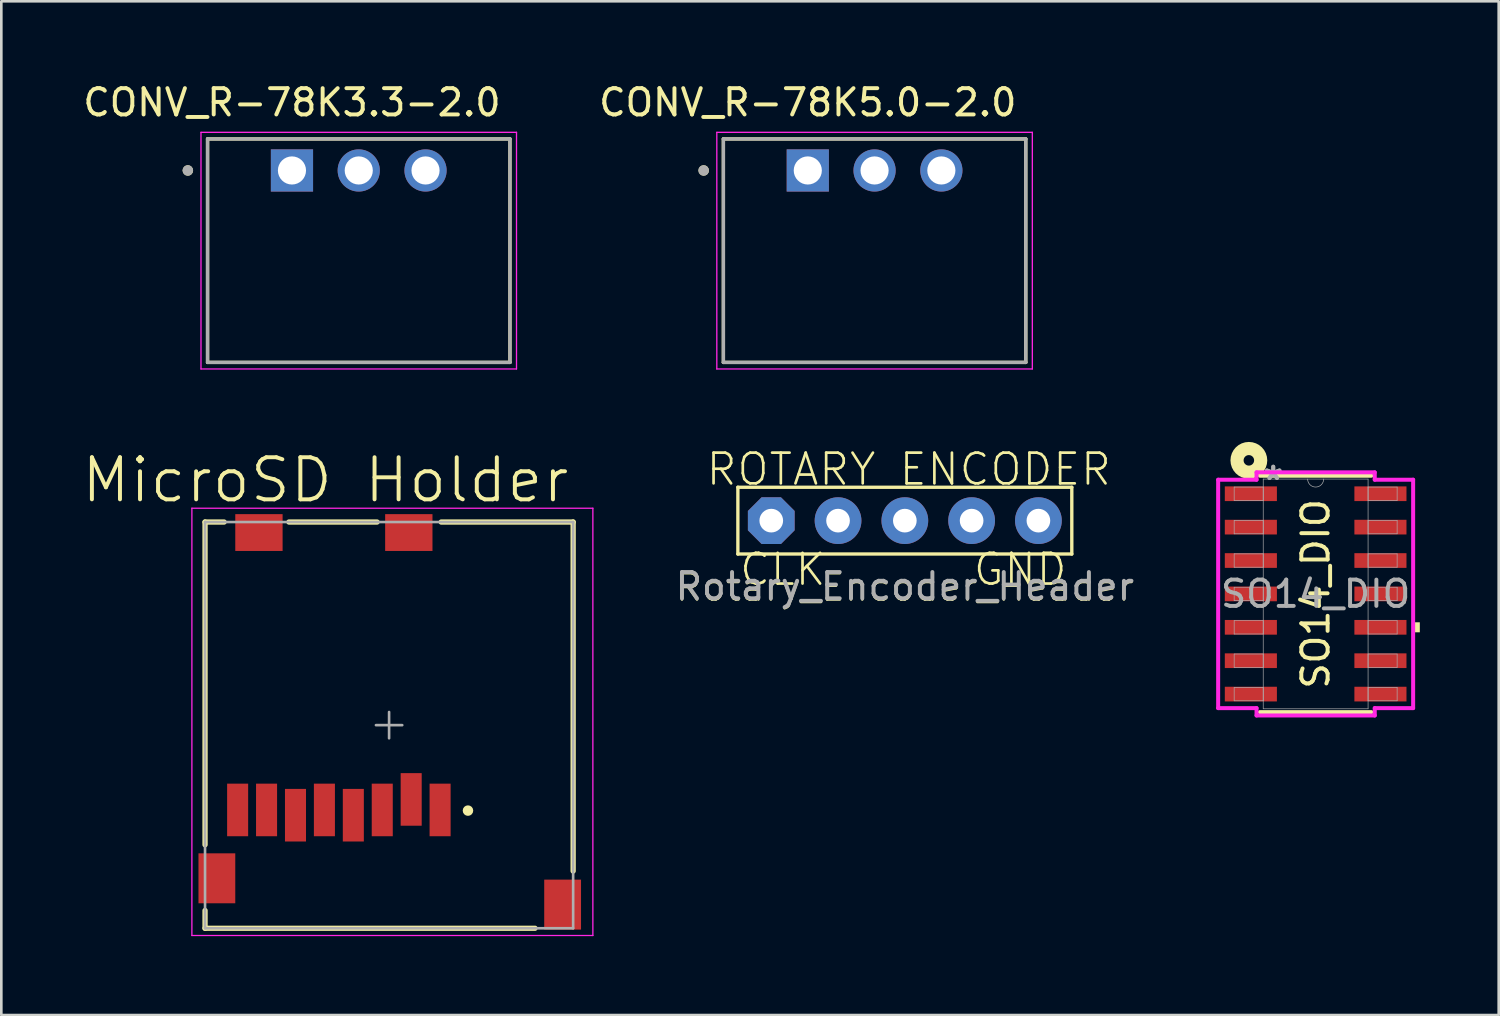
<source format=kicad_pcb>
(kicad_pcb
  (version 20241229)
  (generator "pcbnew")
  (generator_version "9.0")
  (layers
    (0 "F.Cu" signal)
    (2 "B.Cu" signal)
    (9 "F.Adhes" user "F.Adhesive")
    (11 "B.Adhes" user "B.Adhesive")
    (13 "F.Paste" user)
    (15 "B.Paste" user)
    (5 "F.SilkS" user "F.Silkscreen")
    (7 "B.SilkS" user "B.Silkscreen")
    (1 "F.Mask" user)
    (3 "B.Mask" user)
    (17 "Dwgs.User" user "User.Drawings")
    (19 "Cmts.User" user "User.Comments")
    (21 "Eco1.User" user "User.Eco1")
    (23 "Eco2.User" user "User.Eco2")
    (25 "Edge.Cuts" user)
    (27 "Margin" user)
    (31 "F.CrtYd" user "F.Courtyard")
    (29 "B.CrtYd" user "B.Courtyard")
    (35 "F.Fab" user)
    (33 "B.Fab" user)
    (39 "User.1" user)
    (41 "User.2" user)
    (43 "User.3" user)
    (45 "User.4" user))
  (footprint "CONV_R-78K3.3-2.0"
    (layer "F.Cu")
    (at 10.594 6.483)
    (property "Reference" "CONV_R-78K3.3-2.0" (at -2.54 -5.635 0) (layer "F.SilkS") (effects (font (size 1 1) (thickness 0.15))))
    (attr through_hole)
    (fp_line (start -5.75 -4.25) (end 5.75 -4.25) (stroke (width 0.127) (type solid)) (layer "F.SilkS"))
    (fp_line (start -5.75 4.25) (end -5.75 -4.25) (stroke (width 0.127) (type solid)) (layer "F.SilkS"))
    (fp_line (start 5.75 -4.25) (end 5.75 4.25) (stroke (width 0.127) (type solid)) (layer "F.SilkS"))
    (fp_line (start 5.75 4.25) (end -5.75 4.25) (stroke (width 0.127) (type solid)) (layer "F.SilkS"))
    (fp_circle (center -6.5 -3.05) (end -6.4 -3.05) (stroke (width 0.2) (type solid)) (fill no) (layer "F.SilkS"))
    (fp_line (start -6 -4.5) (end -6 4.5) (stroke (width 0.05) (type solid)) (layer "F.CrtYd"))
    (fp_line (start -6 4.5) (end 6 4.5) (stroke (width 0.05) (type solid)) (layer "F.CrtYd"))
    (fp_line (start 6 -4.5) (end -6 -4.5) (stroke (width 0.05) (type solid)) (layer "F.CrtYd"))
    (fp_line (start 6 4.5) (end 6 -4.5) (stroke (width 0.05) (type solid)) (layer "F.CrtYd"))
    (fp_line (start -5.75 -4.25) (end 5.75 -4.25) (stroke (width 0.127) (type solid)) (layer "F.Fab"))
    (fp_line (start -5.75 4.25) (end -5.75 -4.25) (stroke (width 0.127) (type solid)) (layer "F.Fab"))
    (fp_line (start 5.75 -4.25) (end 5.75 4.25) (stroke (width 0.127) (type solid)) (layer "F.Fab"))
    (fp_line (start 5.75 4.25) (end -5.75 4.25) (stroke (width 0.127) (type solid)) (layer "F.Fab"))
    (fp_circle (center -6.5 -3.05) (end -6.4 -3.05) (stroke (width 0.2) (type solid)) (fill no) (layer "F.Fab"))
    (pad "1" thru_hole rect (at -2.54 -3.05) (size 1.605 1.605) (drill 1.07) (layers "*.Cu" "*.Mask"))
    (pad "2" thru_hole circle (at 0 -3.05) (size 1.605 1.605) (drill 1.07) (layers "*.Cu" "*.Mask"))
    (pad "3" thru_hole circle (at 2.54 -3.05) (size 1.605 1.605) (drill 1.07) (layers "*.Cu" "*.Mask")))
  (footprint "CONV_R-78K5.0-2.0"
    (layer "F.Cu")
    (at 30.212 6.483)
    (property "Reference" "CONV_R-78K5.0-2.0" (at -2.54 -5.635 0) (layer "F.SilkS") (effects (font (size 1 1) (thickness 0.15))))
    (attr through_hole)
    (fp_line (start -5.75 -4.25) (end 5.75 -4.25) (stroke (width 0.127) (type solid)) (layer "F.SilkS"))
    (fp_line (start -5.75 4.25) (end -5.75 -4.25) (stroke (width 0.127) (type solid)) (layer "F.SilkS"))
    (fp_line (start 5.75 -4.25) (end 5.75 4.25) (stroke (width 0.127) (type solid)) (layer "F.SilkS"))
    (fp_line (start 5.75 4.25) (end -5.75 4.25) (stroke (width 0.127) (type solid)) (layer "F.SilkS"))
    (fp_circle (center -6.5 -3.05) (end -6.4 -3.05) (stroke (width 0.2) (type solid)) (fill no) (layer "F.SilkS"))
    (fp_line (start -6 -4.5) (end -6 4.5) (stroke (width 0.05) (type solid)) (layer "F.CrtYd"))
    (fp_line (start -6 4.5) (end 6 4.5) (stroke (width 0.05) (type solid)) (layer "F.CrtYd"))
    (fp_line (start 6 -4.5) (end -6 -4.5) (stroke (width 0.05) (type solid)) (layer "F.CrtYd"))
    (fp_line (start 6 4.5) (end 6 -4.5) (stroke (width 0.05) (type solid)) (layer "F.CrtYd"))
    (fp_line (start -5.75 -4.25) (end 5.75 -4.25) (stroke (width 0.127) (type solid)) (layer "F.Fab"))
    (fp_line (start -5.75 4.25) (end -5.75 -4.25) (stroke (width 0.127) (type solid)) (layer "F.Fab"))
    (fp_line (start 5.75 -4.25) (end 5.75 4.25) (stroke (width 0.127) (type solid)) (layer "F.Fab"))
    (fp_line (start 5.75 4.25) (end -5.75 4.25) (stroke (width 0.127) (type solid)) (layer "F.Fab"))
    (fp_circle (center -6.5 -3.05) (end -6.4 -3.05) (stroke (width 0.2) (type solid)) (fill no) (layer "F.Fab"))
    (pad "1" thru_hole rect (at -2.54 -3.05) (size 1.605 1.605) (drill 1.07) (layers "*.Cu" "*.Mask"))
    (pad "2" thru_hole circle (at 0 -3.05) (size 1.605 1.605) (drill 1.07) (layers "*.Cu" "*.Mask"))
    (pad "3" thru_hole circle (at 2.54 -3.05) (size 1.605 1.605) (drill 1.07) (layers "*.Cu" "*.Mask")))
  (footprint "SO14_DIO"
    (layer "F.Cu")
    (at 46.987 19.538)
    (property "Reference" "SO14_DIO" (at 0 0 90) (unlocked yes) (layer "F.SilkS") (effects (font (size 1 1) (thickness 0.15))))
    (attr smd)
    (fp_line (start -2.121 4.496) (end 2.121 4.496) (stroke (width 0.152) (type solid)) (layer "F.SilkS"))
    (fp_line (start 2.121 -4.496) (end -2.121 -4.496) (stroke (width 0.152) (type solid)) (layer "F.SilkS"))
    (fp_circle (center -2.54 -5.08) (end -2.34 -5.08) (stroke (width 0.5) (type solid)) (fill no) (layer "F.SilkS"))
    (fp_poly (pts (xy 3.962 1.079) (xy 3.962 1.46) (xy 3.708 1.46) (xy 3.708 1.079)) (stroke (width 0) (type solid)) (fill yes) (layer "F.SilkS"))
    (fp_line (start -3.708 -4.343) (end -2.248 -4.343) (stroke (width 0.152) (type solid)) (layer "F.CrtYd"))
    (fp_line (start -3.708 4.343) (end -3.708 -4.343) (stroke (width 0.152) (type solid)) (layer "F.CrtYd"))
    (fp_line (start -3.708 4.343) (end -2.248 4.343) (stroke (width 0.152) (type solid)) (layer "F.CrtYd"))
    (fp_line (start -2.248 -4.623) (end 2.248 -4.623) (stroke (width 0.152) (type solid)) (layer "F.CrtYd"))
    (fp_line (start -2.248 -4.343) (end -2.248 -4.623) (stroke (width 0.152) (type solid)) (layer "F.CrtYd"))
    (fp_line (start -2.248 4.623) (end -2.248 4.343) (stroke (width 0.152) (type solid)) (layer "F.CrtYd"))
    (fp_line (start 2.248 -4.623) (end 2.248 -4.343) (stroke (width 0.152) (type solid)) (layer "F.CrtYd"))
    (fp_line (start 2.248 4.343) (end 2.248 4.623) (stroke (width 0.152) (type solid)) (layer "F.CrtYd"))
    (fp_line (start 2.248 4.623) (end -2.248 4.623) (stroke (width 0.152) (type solid)) (layer "F.CrtYd"))
    (fp_line (start 3.708 -4.343) (end 2.248 -4.343) (stroke (width 0.152) (type solid)) (layer "F.CrtYd"))
    (fp_line (start 3.708 -4.343) (end 3.708 4.343) (stroke (width 0.152) (type solid)) (layer "F.CrtYd"))
    (fp_line (start 3.708 4.343) (end 2.248 4.343) (stroke (width 0.152) (type solid)) (layer "F.CrtYd"))
    (fp_line (start -3.099 -4.064) (end -3.099 -3.556) (stroke (width 0.025) (type solid)) (layer "F.Fab"))
    (fp_line (start -3.099 -3.556) (end -1.994 -3.556) (stroke (width 0.025) (type solid)) (layer "F.Fab"))
    (fp_line (start -3.099 -2.794) (end -3.099 -2.286) (stroke (width 0.025) (type solid)) (layer "F.Fab"))
    (fp_line (start -3.099 -2.286) (end -1.994 -2.286) (stroke (width 0.025) (type solid)) (layer "F.Fab"))
    (fp_line (start -3.099 -1.524) (end -3.099 -1.016) (stroke (width 0.025) (type solid)) (layer "F.Fab"))
    (fp_line (start -3.099 -1.016) (end -1.994 -1.016) (stroke (width 0.025) (type solid)) (layer "F.Fab"))
    (fp_line (start -3.099 -0.254) (end -3.099 0.254) (stroke (width 0.025) (type solid)) (layer "F.Fab"))
    (fp_line (start -3.099 0.254) (end -1.994 0.254) (stroke (width 0.025) (type solid)) (layer "F.Fab"))
    (fp_line (start -3.099 1.016) (end -3.099 1.524) (stroke (width 0.025) (type solid)) (layer "F.Fab"))
    (fp_line (start -3.099 1.524) (end -1.994 1.524) (stroke (width 0.025) (type solid)) (layer "F.Fab"))
    (fp_line (start -3.099 2.286) (end -3.099 2.794) (stroke (width 0.025) (type solid)) (layer "F.Fab"))
    (fp_line (start -3.099 2.794) (end -1.994 2.794) (stroke (width 0.025) (type solid)) (layer "F.Fab"))
    (fp_line (start -3.099 3.556) (end -3.099 4.064) (stroke (width 0.025) (type solid)) (layer "F.Fab"))
    (fp_line (start -3.099 4.064) (end -1.994 4.064) (stroke (width 0.025) (type solid)) (layer "F.Fab"))
    (fp_line (start -1.994 -4.369) (end -1.994 4.369) (stroke (width 0.025) (type solid)) (layer "F.Fab"))
    (fp_line (start -1.994 -4.064) (end -3.099 -4.064) (stroke (width 0.025) (type solid)) (layer "F.Fab"))
    (fp_line (start -1.994 -3.556) (end -1.994 -4.064) (stroke (width 0.025) (type solid)) (layer "F.Fab"))
    (fp_line (start -1.994 -2.794) (end -3.099 -2.794) (stroke (width 0.025) (type solid)) (layer "F.Fab"))
    (fp_line (start -1.994 -2.286) (end -1.994 -2.794) (stroke (width 0.025) (type solid)) (layer "F.Fab"))
    (fp_line (start -1.994 -1.524) (end -3.099 -1.524) (stroke (width 0.025) (type solid)) (layer "F.Fab"))
    (fp_line (start -1.994 -1.016) (end -1.994 -1.524) (stroke (width 0.025) (type solid)) (layer "F.Fab"))
    (fp_line (start -1.994 -0.254) (end -3.099 -0.254) (stroke (width 0.025) (type solid)) (layer "F.Fab"))
    (fp_line (start -1.994 0.254) (end -1.994 -0.254) (stroke (width 0.025) (type solid)) (layer "F.Fab"))
    (fp_line (start -1.994 1.016) (end -3.099 1.016) (stroke (width 0.025) (type solid)) (layer "F.Fab"))
    (fp_line (start -1.994 1.524) (end -1.994 1.016) (stroke (width 0.025) (type solid)) (layer "F.Fab"))
    (fp_line (start -1.994 2.286) (end -3.099 2.286) (stroke (width 0.025) (type solid)) (layer "F.Fab"))
    (fp_line (start -1.994 2.794) (end -1.994 2.286) (stroke (width 0.025) (type solid)) (layer "F.Fab"))
    (fp_line (start -1.994 3.556) (end -3.099 3.556) (stroke (width 0.025) (type solid)) (layer "F.Fab"))
    (fp_line (start -1.994 4.064) (end -1.994 3.556) (stroke (width 0.025) (type solid)) (layer "F.Fab"))
    (fp_line (start -1.994 4.369) (end 1.994 4.369) (stroke (width 0.025) (type solid)) (layer "F.Fab"))
    (fp_line (start 1.994 -4.369) (end -1.994 -4.369) (stroke (width 0.025) (type solid)) (layer "F.Fab"))
    (fp_line (start 1.994 -4.064) (end 1.994 -3.556) (stroke (width 0.025) (type solid)) (layer "F.Fab"))
    (fp_line (start 1.994 -3.556) (end 3.099 -3.556) (stroke (width 0.025) (type solid)) (layer "F.Fab"))
    (fp_line (start 1.994 -2.794) (end 1.994 -2.286) (stroke (width 0.025) (type solid)) (layer "F.Fab"))
    (fp_line (start 1.994 -2.286) (end 3.099 -2.286) (stroke (width 0.025) (type solid)) (layer "F.Fab"))
    (fp_line (start 1.994 -1.524) (end 1.994 -1.016) (stroke (width 0.025) (type solid)) (layer "F.Fab"))
    (fp_line (start 1.994 -1.016) (end 3.099 -1.016) (stroke (width 0.025) (type solid)) (layer "F.Fab"))
    (fp_line (start 1.994 -0.254) (end 1.994 0.254) (stroke (width 0.025) (type solid)) (layer "F.Fab"))
    (fp_line (start 1.994 0.254) (end 3.099 0.254) (stroke (width 0.025) (type solid)) (layer "F.Fab"))
    (fp_line (start 1.994 1.016) (end 1.994 1.524) (stroke (width 0.025) (type solid)) (layer "F.Fab"))
    (fp_line (start 1.994 1.524) (end 3.099 1.524) (stroke (width 0.025) (type solid)) (layer "F.Fab"))
    (fp_line (start 1.994 2.286) (end 1.994 2.794) (stroke (width 0.025) (type solid)) (layer "F.Fab"))
    (fp_line (start 1.994 2.794) (end 3.099 2.794) (stroke (width 0.025) (type solid)) (layer "F.Fab"))
    (fp_line (start 1.994 3.556) (end 1.994 4.064) (stroke (width 0.025) (type solid)) (layer "F.Fab"))
    (fp_line (start 1.994 4.064) (end 3.099 4.064) (stroke (width 0.025) (type solid)) (layer "F.Fab"))
    (fp_line (start 1.994 4.369) (end 1.994 -4.369) (stroke (width 0.025) (type solid)) (layer "F.Fab"))
    (fp_line (start 3.099 -4.064) (end 1.994 -4.064) (stroke (width 0.025) (type solid)) (layer "F.Fab"))
    (fp_line (start 3.099 -3.556) (end 3.099 -4.064) (stroke (width 0.025) (type solid)) (layer "F.Fab"))
    (fp_line (start 3.099 -2.794) (end 1.994 -2.794) (stroke (width 0.025) (type solid)) (layer "F.Fab"))
    (fp_line (start 3.099 -2.286) (end 3.099 -2.794) (stroke (width 0.025) (type solid)) (layer "F.Fab"))
    (fp_line (start 3.099 -1.524) (end 1.994 -1.524) (stroke (width 0.025) (type solid)) (layer "F.Fab"))
    (fp_line (start 3.099 -1.016) (end 3.099 -1.524) (stroke (width 0.025) (type solid)) (layer "F.Fab"))
    (fp_line (start 3.099 -0.254) (end 1.994 -0.254) (stroke (width 0.025) (type solid)) (layer "F.Fab"))
    (fp_line (start 3.099 0.254) (end 3.099 -0.254) (stroke (width 0.025) (type solid)) (layer "F.Fab"))
    (fp_line (start 3.099 1.016) (end 1.994 1.016) (stroke (width 0.025) (type solid)) (layer "F.Fab"))
    (fp_line (start 3.099 1.524) (end 3.099 1.016) (stroke (width 0.025) (type solid)) (layer "F.Fab"))
    (fp_line (start 3.099 2.286) (end 1.994 2.286) (stroke (width 0.025) (type solid)) (layer "F.Fab"))
    (fp_line (start 3.099 2.794) (end 3.099 2.286) (stroke (width 0.025) (type solid)) (layer "F.Fab"))
    (fp_line (start 3.099 3.556) (end 1.994 3.556) (stroke (width 0.025) (type solid)) (layer "F.Fab"))
    (fp_line (start 3.099 4.064) (end 3.099 3.556) (stroke (width 0.025) (type solid)) (layer "F.Fab"))
    (fp_arc (start 0.3048 -4.3688) (mid 0 -4.064) (end -0.3048 -4.3688) (stroke (width 0.0254) (type solid)) (layer "F.Fab"))
    (fp_text user "${REFERENCE}" (at 0 0 0) (unlocked yes) (layer "F.Fab") (effects (font (size 1 1) (thickness 0.15))))
    (fp_text user "*" (at -1.613 -4.293 0) (unlocked yes) (layer "F.Fab") (effects (font (size 1 1) (thickness 0.15))))
    (fp_text user "*" (at -1.613 -4.293 0) (layer "F.Fab") (effects (font (size 1 1) (thickness 0.15))))
    (pad "1" smd rect (at -2.464 -3.81) (size 1.981 0.559) (layers "F.Cu" "F.Mask" "F.Paste"))
    (pad "2" smd rect (at -2.464 -2.54) (size 1.981 0.559) (layers "F.Cu" "F.Mask" "F.Paste"))
    (pad "3" smd rect (at -2.464 -1.27) (size 1.981 0.559) (layers "F.Cu" "F.Mask" "F.Paste"))
    (pad "4" smd rect (at -2.464 0) (size 1.981 0.559) (layers "F.Cu" "F.Mask" "F.Paste"))
    (pad "5" smd rect (at -2.464 1.27) (size 1.981 0.559) (layers "F.Cu" "F.Mask" "F.Paste"))
    (pad "6" smd rect (at -2.464 2.54) (size 1.981 0.559) (layers "F.Cu" "F.Mask" "F.Paste"))
    (pad "7" smd rect (at -2.464 3.81) (size 1.981 0.559) (layers "F.Cu" "F.Mask" "F.Paste"))
    (pad "8" smd rect (at 2.464 3.81) (size 1.981 0.559) (layers "F.Cu" "F.Mask" "F.Paste"))
    (pad "9" smd rect (at 2.464 2.54) (size 1.981 0.559) (layers "F.Cu" "F.Mask" "F.Paste"))
    (pad "10" smd rect (at 2.464 1.27) (size 1.981 0.559) (layers "F.Cu" "F.Mask" "F.Paste"))
    (pad "11" smd rect (at 2.464 0) (size 1.981 0.559) (layers "F.Cu" "F.Mask" "F.Paste"))
    (pad "12" smd rect (at 2.464 -1.27) (size 1.981 0.559) (layers "F.Cu" "F.Mask" "F.Paste"))
    (pad "13" smd rect (at 2.464 -2.54) (size 1.981 0.559) (layers "F.Cu" "F.Mask" "F.Paste"))
    (pad "14" smd rect (at 2.464 -3.81) (size 1.981 0.559) (layers "F.Cu" "F.Mask" "F.Paste")))
  (footprint "Rotary_Encoder_Header"
    (layer "F.Cu")
    (at 31.363 16.751)
    (property "Reference" "Rotary_Encoder_Header" (at 0 2.54 0) (unlocked yes) (layer "F.SilkS") (effects (font (size 1 1) (thickness 0.1))))
    (fp_line (start -6.35 -1.27) (end 6.35 -1.27) (stroke (width 0.127) (type solid)) (layer "F.SilkS"))
    (fp_line (start -6.35 1.27) (end -6.35 -1.27) (stroke (width 0.127) (type solid)) (layer "F.SilkS"))
    (fp_line (start 6.35 -1.27) (end 6.35 1.27) (stroke (width 0.127) (type solid)) (layer "F.SilkS"))
    (fp_line (start 6.35 1.27) (end -6.35 1.27) (stroke (width 0.127) (type solid)) (layer "F.SilkS"))
    (fp_text user "CLK" (at -6.35 2.54 0) (layer "F.SilkS") (effects (font (size 1.168 1.168) (thickness 0.102)) (justify left bottom)))
    (fp_text user "GND" (at 2.54 2.54 0) (layer "F.SilkS") (effects (font (size 1.168 1.168) (thickness 0.102)) (justify left bottom)))
    (fp_text user "ROTARY ENCODER" (at -7.62 -1.27 0) (layer "F.SilkS") (effects (font (size 1.168 1.168) (thickness 0.102)) (justify left bottom)))
    (fp_text user "${REFERENCE}" (at 0 2.5 0) (unlocked yes) (layer "F.Fab") (effects (font (size 1 1) (thickness 0.15))))
    (pad "+" thru_hole circle (at 2.54 0) (size 1.778 1.778) (drill 0.9) (layers "*.Cu" "*.Mask"))
    (pad "CLK" thru_hole roundrect (at -5.08 0) (size 1.778 1.778) (drill 0.9) (layers "*.Cu" "*.Mask") (roundrect_rratio 0.25) (chamfer_ratio 0.293) (chamfer top_left top_right bottom_left bottom_right))
    (pad "DT" thru_hole circle (at -2.54 0) (size 1.778 1.778) (drill 0.9) (layers "*.Cu" "*.Mask"))
    (pad "GND" thru_hole circle (at 5.08 0) (size 1.778 1.778) (drill 0.9) (layers "*.Cu" "*.Mask"))
    (pad "SW" thru_hole circle (at 0 0) (size 1.778 1.778) (drill 0.9) (layers "*.Cu" "*.Mask")))
  (footprint "MicroSD Holder"
    (layer "F.Cu")
    (at 11.748 24.529)
    (property "Reference" "MicroSD Holder" (at -2.421 -9.321 0) (layer "F.SilkS") (effects (font (size 1.601 1.601) (thickness 0.15))))
    (attr smd)
    (fp_line (start -7 -7.725) (end -6.274 -7.725) (stroke (width 0.2) (type solid)) (layer "F.SilkS"))
    (fp_line (start -7 4.55) (end -7 -7.725) (stroke (width 0.2) (type solid)) (layer "F.SilkS"))
    (fp_line (start -7 7.725) (end -7 7.05) (stroke (width 0.2) (type solid)) (layer "F.SilkS"))
    (fp_line (start -7 7.725) (end 5.55 7.725) (stroke (width 0.2) (type solid)) (layer "F.SilkS"))
    (fp_line (start -3.81 -7.725) (end -0.457 -7.725) (stroke (width 0.2) (type solid)) (layer "F.SilkS"))
    (fp_line (start 1.981 -7.725) (end 7 -7.725) (stroke (width 0.2) (type solid)) (layer "F.SilkS"))
    (fp_line (start 7 5.55) (end 7 -7.725) (stroke (width 0.2) (type solid)) (layer "F.SilkS"))
    (fp_circle (center 3 3.25) (end 3.1 3.25) (stroke (width 0.2) (type solid)) (fill no) (layer "F.SilkS"))
    (fp_line (start -7.5 -8.25) (end 7.75 -8.25) (stroke (width 0.05) (type solid)) (layer "F.CrtYd"))
    (fp_line (start -7.5 8) (end -7.5 -8.25) (stroke (width 0.05) (type solid)) (layer "F.CrtYd"))
    (fp_line (start 7.75 -8.25) (end 7.75 8) (stroke (width 0.05) (type solid)) (layer "F.CrtYd"))
    (fp_line (start 7.75 8) (end -7.5 8) (stroke (width 0.05) (type solid)) (layer "F.CrtYd"))
    (fp_line (start -7 -7.725) (end 7 -7.725) (stroke (width 0.1) (type solid)) (layer "F.Fab"))
    (fp_line (start -7 7.725) (end -7 -7.725) (stroke (width 0.1) (type solid)) (layer "F.Fab"))
    (fp_line (start -7 7.725) (end 7 7.725) (stroke (width 0.1) (type solid)) (layer "F.Fab"))
    (fp_line (start -0.5 0) (end 0.5 0) (stroke (width 0.1) (type solid)) (layer "F.Fab"))
    (fp_line (start 0 0.5) (end 0 -0.5) (stroke (width 0.1) (type solid)) (layer "F.Fab"))
    (fp_line (start 7 7.725) (end 7 -7.725) (stroke (width 0.1) (type solid)) (layer "F.Fab"))
    (pad "1" smd rect (at 1.94 3.225) (size 0.8 2) (layers "F.Cu" "F.Mask" "F.Paste"))
    (pad "2" smd rect (at 0.84 2.825) (size 0.8 2) (layers "F.Cu" "F.Mask" "F.Paste"))
    (pad "3" smd rect (at -0.26 3.225) (size 0.8 2) (layers "F.Cu" "F.Mask" "F.Paste"))
    (pad "4" smd rect (at -1.36 3.425) (size 0.8 2) (layers "F.Cu" "F.Mask" "F.Paste"))
    (pad "5" smd rect (at -2.46 3.225) (size 0.8 2) (layers "F.Cu" "F.Mask" "F.Paste"))
    (pad "6" smd rect (at -3.56 3.425) (size 0.8 2) (layers "F.Cu" "F.Mask" "F.Paste"))
    (pad "7" smd rect (at -4.66 3.225) (size 0.8 2) (layers "F.Cu" "F.Mask" "F.Paste"))
    (pad "8" smd rect (at -5.76 3.225) (size 0.8 2) (layers "F.Cu" "F.Mask" "F.Paste"))
    (pad "9" smd rect (at -4.95 -7.325) (size 1.8 1.4) (layers "F.Cu" "F.Mask" "F.Paste"))
    (pad "10" smd rect (at 0.75 -7.325) (size 1.8 1.4) (layers "F.Cu" "F.Mask" "F.Paste"))
    (pad "11" smd rect (at -6.55 5.825) (size 1.4 1.9) (layers "F.Cu" "F.Mask" "F.Paste"))
    (pad "12" smd rect (at 6.6 6.825) (size 1.4 1.9) (layers "F.Cu" "F.Mask" "F.Paste"))
    (zone (net_name "") (layer "F.Cu") (hatch full 0.508) (connect_pads) (min_thickness 0.01) (filled_areas_thickness no) (keepout (tracks not_allowed) (vias not_allowed) (pads not_allowed) (copperpour not_allowed) (footprints allowed)) (placement (enabled no)) (fill) (polygon (pts (xy 4.738 19.354) (xy 15.118 19.354) (xy 15.118 21.429) (xy 4.738 21.429)))))
  (gr_rect
    (start -3 -3)
    (end 53.949 35.554)
    (stroke (width 0.1) (type default))
    (fill no)
    (layer "Edge.Cuts")))
</source>
